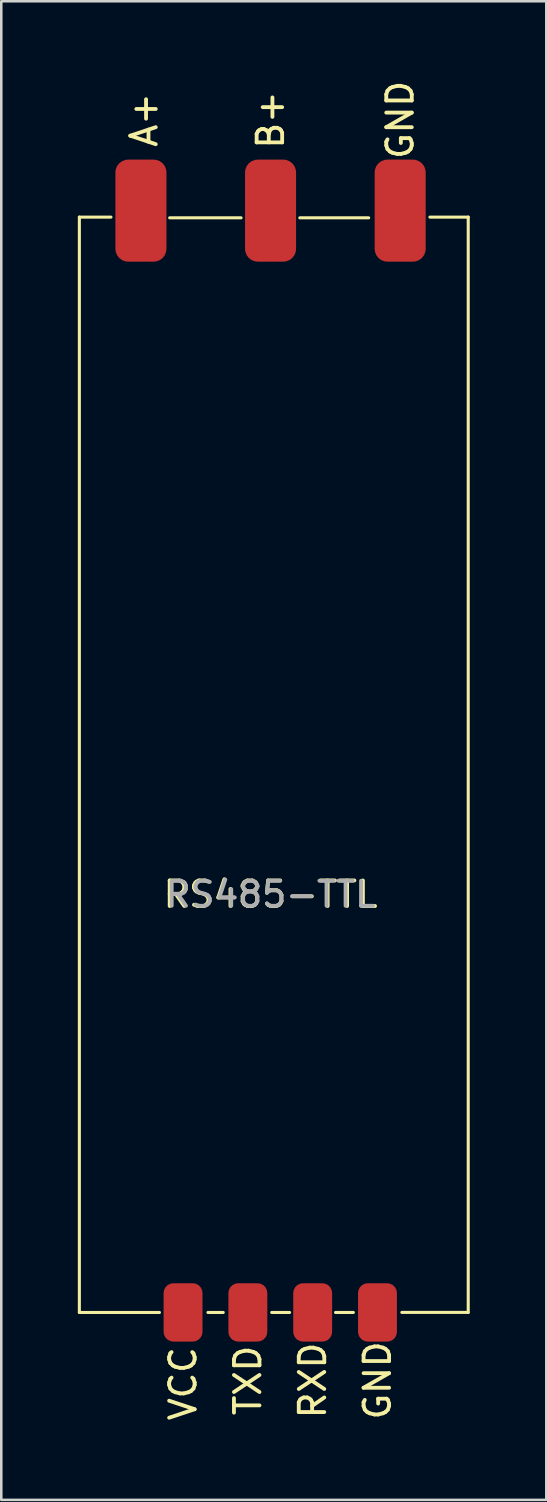
<source format=kicad_pcb>
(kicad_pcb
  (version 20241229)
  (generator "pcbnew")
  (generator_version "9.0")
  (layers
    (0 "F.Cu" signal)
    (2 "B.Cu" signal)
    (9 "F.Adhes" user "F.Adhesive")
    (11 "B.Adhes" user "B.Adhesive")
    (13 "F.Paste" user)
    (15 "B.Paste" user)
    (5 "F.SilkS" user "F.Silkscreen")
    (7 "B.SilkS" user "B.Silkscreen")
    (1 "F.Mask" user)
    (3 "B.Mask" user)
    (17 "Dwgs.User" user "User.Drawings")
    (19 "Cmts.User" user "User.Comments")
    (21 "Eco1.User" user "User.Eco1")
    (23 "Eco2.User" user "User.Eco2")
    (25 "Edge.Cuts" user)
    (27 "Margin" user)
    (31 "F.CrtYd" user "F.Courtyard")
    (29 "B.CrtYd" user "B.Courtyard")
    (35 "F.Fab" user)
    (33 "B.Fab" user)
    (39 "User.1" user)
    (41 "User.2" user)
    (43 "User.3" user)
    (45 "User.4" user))
  (footprint "RS485-TTL"
    (layer "F.Cu")
    (at 7.299 26.287)
    (property "Reference" "RS485-TTL" (at 0.254 5.715 0) (layer "F.SilkS") (effects (font (size 1 1) (thickness 0.15))))
    (attr smd)
    (fp_line (start -7.239 -20.828) (end -6 -20.828) (stroke (width 0.12) (type solid)) (layer "F.SilkS"))
    (fp_line (start -7.239 22.098) (end -7.239 -20.828) (stroke (width 0.12) (type solid)) (layer "F.SilkS"))
    (fp_line (start -4.1 22.1) (end -7.239 22.1) (stroke (width 0.12) (type solid)) (layer "F.SilkS"))
    (fp_line (start -3.7 -20.8) (end -0.9 -20.8) (stroke (width 0.12) (type solid)) (layer "F.SilkS"))
    (fp_line (start -1.6 22.1) (end -2.2 22.1) (stroke (width 0.12) (type solid)) (layer "F.SilkS"))
    (fp_line (start 1 22.1) (end 0.3 22.1) (stroke (width 0.12) (type solid)) (layer "F.SilkS"))
    (fp_line (start 1.4 -20.8) (end 4.1 -20.8) (stroke (width 0.12) (type solid)) (layer "F.SilkS"))
    (fp_line (start 3.5 22.1) (end 2.8 22.1) (stroke (width 0.12) (type solid)) (layer "F.SilkS"))
    (fp_line (start 8.001 -20.828) (end 6.5 -20.828) (stroke (width 0.12) (type solid)) (layer "F.SilkS"))
    (fp_line (start 8.001 -20.828) (end 8.001 22.098) (stroke (width 0.12) (type solid)) (layer "F.SilkS"))
    (fp_line (start 8.001 22.098) (end 5.4 22.098) (stroke (width 0.12) (type solid)) (layer "F.SilkS"))
    (fp_text user "VCC" (at -3.175 24.892 90) (unlocked yes) (layer "F.SilkS") (effects (font (size 1 1) (thickness 0.15))))
    (fp_text user "B+" (at 0.254 -24.638 90) (unlocked yes) (layer "F.SilkS") (effects (font (size 1 1) (thickness 0.15))))
    (fp_text user "TXD" (at -0.635 24.765 90) (unlocked yes) (layer "F.SilkS") (effects (font (size 1 1) (thickness 0.15))))
    (fp_text user "RXD" (at 1.905 24.765 90) (unlocked yes) (layer "F.SilkS") (effects (font (size 1 1) (thickness 0.15))))
    (fp_text user "A+" (at -4.699 -24.638 90) (unlocked yes) (layer "F.SilkS") (effects (font (size 1 1) (thickness 0.15))))
    (fp_text user "GND" (at 4.445 24.765 90) (unlocked yes) (layer "F.SilkS") (effects (font (size 1 1) (thickness 0.15))))
    (fp_text user "GND" (at 5.334 -24.638 90) (unlocked yes) (layer "F.SilkS") (effects (font (size 1 1) (thickness 0.15))))
    (fp_text user "${REFERENCE}" (at 0.254 5.715 0) (layer "F.Fab") (effects (font (size 0.98 0.98) (thickness 0.15))))
    (pad "1" smd roundrect (at -3.175 22.098 270) (size 2.286 1.524) (layers "F.Cu" "F.Mask" "F.Paste") (roundrect_rratio 0.25))
    (pad "2" smd roundrect (at -0.635 22.098 270) (size 2.286 1.524) (layers "F.Cu" "F.Mask" "F.Paste") (roundrect_rratio 0.25))
    (pad "3" smd roundrect (at 1.905 22.098 270) (size 2.286 1.524) (layers "F.Cu" "F.Mask" "F.Paste") (roundrect_rratio 0.25))
    (pad "4" smd roundrect (at 4.445 22.098 270) (size 2.286 1.524) (layers "F.Cu" "F.Mask" "F.Paste") (roundrect_rratio 0.25))
    (pad "5" smd roundrect (at 5.334 -21.082 270) (size 4 2) (layers "F.Cu" "F.Mask" "F.Paste") (roundrect_rratio 0.25))
    (pad "6" smd roundrect (at 0.254 -21.082 270) (size 4 2) (layers "F.Cu" "F.Mask" "F.Paste") (roundrect_rratio 0.25))
    (pad "7" smd roundrect (at -4.826 -21.082 270) (size 4 2) (layers "F.Cu" "F.Mask" "F.Paste") (roundrect_rratio 0.25)))
  (gr_rect
    (start -3 -3)
    (end 18.36 55.732)
    (stroke (width 0.1) (type default))
    (fill no)
    (layer "Edge.Cuts")))
</source>
